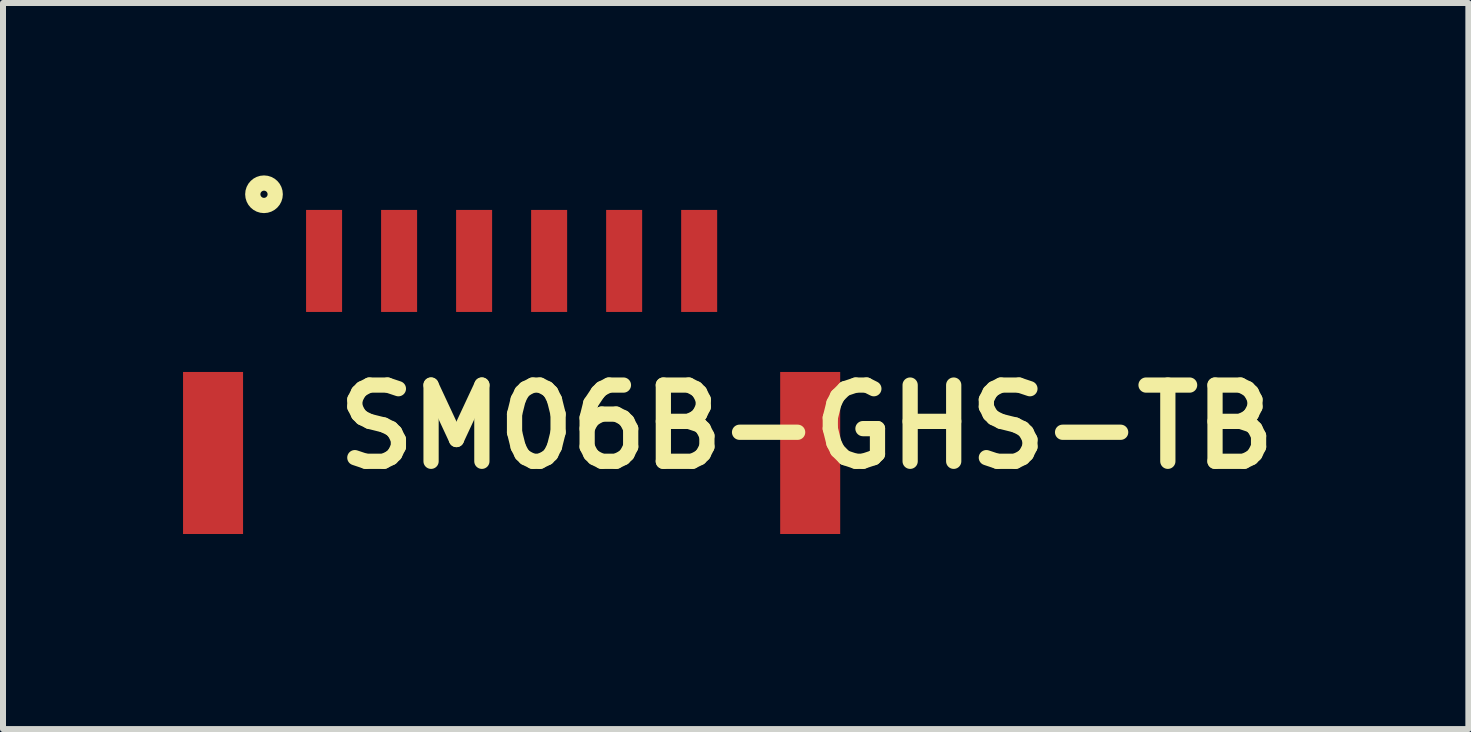
<source format=kicad_pcb>
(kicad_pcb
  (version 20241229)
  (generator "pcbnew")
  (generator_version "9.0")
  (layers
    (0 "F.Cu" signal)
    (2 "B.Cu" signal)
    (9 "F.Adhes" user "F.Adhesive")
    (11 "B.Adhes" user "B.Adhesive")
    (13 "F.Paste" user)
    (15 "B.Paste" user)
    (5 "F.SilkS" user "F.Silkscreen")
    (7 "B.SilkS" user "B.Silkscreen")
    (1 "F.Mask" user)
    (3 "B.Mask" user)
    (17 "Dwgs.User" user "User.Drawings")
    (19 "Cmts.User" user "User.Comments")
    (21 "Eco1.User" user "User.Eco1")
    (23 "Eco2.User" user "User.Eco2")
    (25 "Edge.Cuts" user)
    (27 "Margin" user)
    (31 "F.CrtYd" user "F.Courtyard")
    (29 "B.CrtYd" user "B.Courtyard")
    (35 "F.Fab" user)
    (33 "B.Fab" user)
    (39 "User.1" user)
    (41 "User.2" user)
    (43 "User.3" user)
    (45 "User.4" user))
  (footprint "SM06B-GHS-TB"
    (layer "F.Cu")
    (at 5.475 5.848)
    (property "Reference" "SM06B-GHS-TB" (at 4.917 -1.786 0) (layer "F.SilkS") (effects (font (size 1.27 1.27) (thickness 0.254))))
    (attr smd)
    (fp_circle (center -4.126 -5.661) (end -4.126 -5.601) (stroke (width 0.254) (type solid)) (fill no) (layer "F.SilkS"))
    (pad "1" smd rect (at -3.125 -4.55) (size 0.6 1.7) (layers "F.Cu" "F.Mask" "F.Paste"))
    (pad "2" smd rect (at -1.875 -4.55) (size 0.6 1.7) (layers "F.Cu" "F.Mask" "F.Paste"))
    (pad "3" smd rect (at -0.625 -4.55) (size 0.6 1.7) (layers "F.Cu" "F.Mask" "F.Paste"))
    (pad "4" smd rect (at 0.625 -4.55) (size 0.6 1.7) (layers "F.Cu" "F.Mask" "F.Paste"))
    (pad "5" smd rect (at 1.875 -4.55) (size 0.6 1.7) (layers "F.Cu" "F.Mask" "F.Paste"))
    (pad "6" smd rect (at 3.125 -4.55) (size 0.6 1.7) (layers "F.Cu" "F.Mask" "F.Paste"))
    (pad "7" smd rect (at -4.975 -1.35) (size 1 2.7) (layers "F.Cu" "F.Mask" "F.Paste"))
    (pad "8" smd rect (at 4.975 -1.35) (size 1 2.7) (layers "F.Cu" "F.Mask" "F.Paste")))
  (gr_rect
    (start -3 -3)
    (end 21.417 9.098)
    (stroke (width 0.1) (type default))
    (fill no)
    (layer "Edge.Cuts")))
</source>
